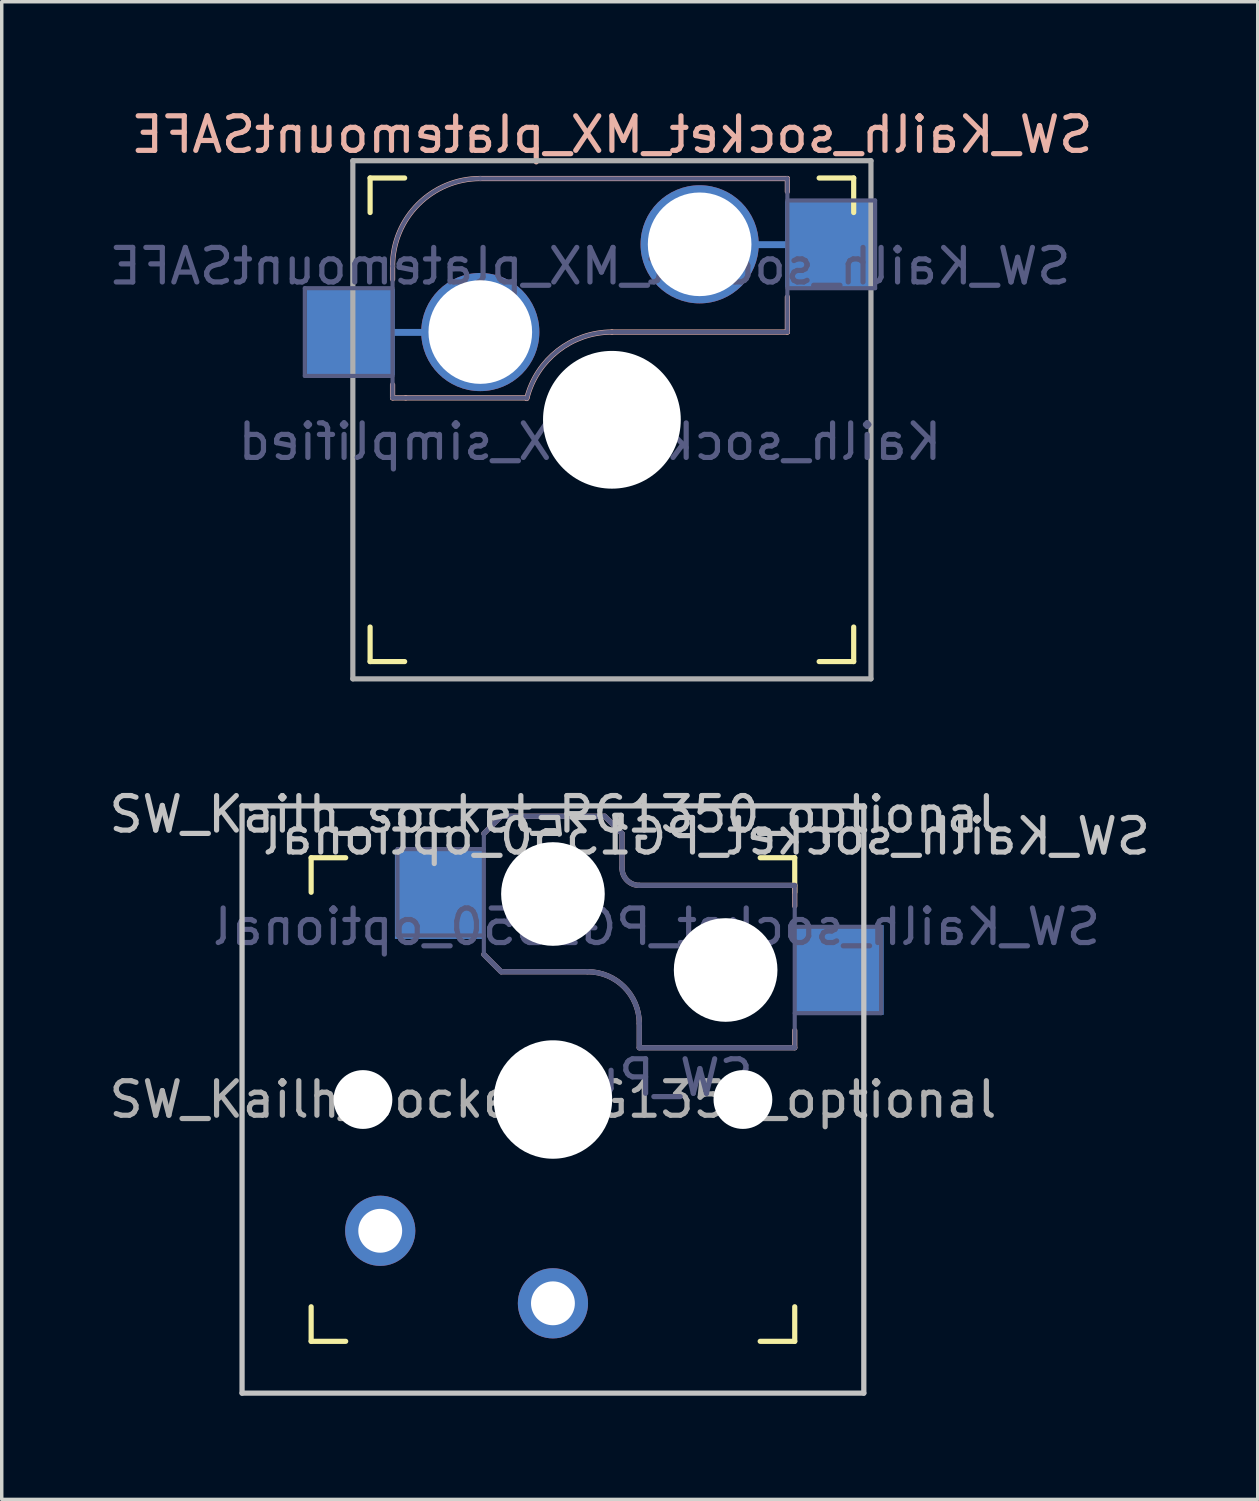
<source format=kicad_pcb>
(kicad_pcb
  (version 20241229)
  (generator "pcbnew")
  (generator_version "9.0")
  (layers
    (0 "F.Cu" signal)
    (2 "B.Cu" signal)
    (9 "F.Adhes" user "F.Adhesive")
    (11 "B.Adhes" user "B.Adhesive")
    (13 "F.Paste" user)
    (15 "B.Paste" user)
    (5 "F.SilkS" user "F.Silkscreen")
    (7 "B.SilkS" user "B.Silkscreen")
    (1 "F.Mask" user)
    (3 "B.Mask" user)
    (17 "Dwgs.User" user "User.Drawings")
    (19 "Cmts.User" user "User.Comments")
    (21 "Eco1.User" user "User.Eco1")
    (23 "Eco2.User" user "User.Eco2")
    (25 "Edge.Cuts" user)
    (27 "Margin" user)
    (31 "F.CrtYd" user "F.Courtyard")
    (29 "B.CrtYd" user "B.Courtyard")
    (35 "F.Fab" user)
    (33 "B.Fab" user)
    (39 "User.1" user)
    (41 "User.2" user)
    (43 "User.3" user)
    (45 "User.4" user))
  (footprint "SW_Kailh_socket_MX_platemountSAFE"
    (layer "F.Cu")
    (at 14.665 9.103)
    (property "Reference" "SW_Kailh_socket_MX_platemountSAFE" (at 0 -8.255 0) (layer "B.SilkS") (effects (font (size 1 1) (thickness 0.15)) (justify mirror)))
    (property "Value" "Kailh_socket_MX_simplified" (at 0 8.255 0) (layer "F.Fab") (hide yes) (effects (font (size 1 1) (thickness 0.15))))
    (attr smd)
    (fp_line (start -5.31 -2.53) (end -6.41 -2.53) (stroke (width 0.2) (type solid)) (layer "B.Cu"))
    (fp_line (start 4.06 -5.07) (end 5.14 -5.07) (stroke (width 0.2) (type solid)) (layer "B.Cu"))
    (fp_line (start -7 -6) (end -7 -7) (stroke (width 0.15) (type solid)) (layer "F.SilkS"))
    (fp_line (start -7 7) (end -7 6) (stroke (width 0.15) (type solid)) (layer "F.SilkS"))
    (fp_line (start -7 7) (end -6 7) (stroke (width 0.15) (type solid)) (layer "F.SilkS"))
    (fp_line (start -6 -7) (end -7 -7) (stroke (width 0.15) (type solid)) (layer "F.SilkS"))
    (fp_line (start 6 7) (end 7 7) (stroke (width 0.15) (type solid)) (layer "F.SilkS"))
    (fp_line (start 7 -7) (end 6 -7) (stroke (width 0.15) (type solid)) (layer "F.SilkS"))
    (fp_line (start 7 -7) (end 7 -6) (stroke (width 0.15) (type solid)) (layer "F.SilkS"))
    (fp_line (start 7 6) (end 7 7) (stroke (width 0.15) (type solid)) (layer "F.SilkS"))
    (fp_line (start -6.35 -4.445) (end -6.35 -4.064) (stroke (width 0.15) (type solid)) (layer "B.SilkS"))
    (fp_line (start -6.35 -1.016) (end -6.35 -0.635) (stroke (width 0.15) (type solid)) (layer "B.SilkS"))
    (fp_line (start -5.969 -0.635) (end -6.35 -0.635) (stroke (width 0.15) (type solid)) (layer "B.SilkS"))
    (fp_line (start -3.81 -6.985) (end 5.08 -6.985) (stroke (width 0.15) (type solid)) (layer "B.SilkS"))
    (fp_line (start -2.464 -0.635) (end -5.969 -0.635) (stroke (width 0.15) (type solid)) (layer "B.SilkS"))
    (fp_line (start 5.08 -6.985) (end 5.08 -6.604) (stroke (width 0.15) (type solid)) (layer "B.SilkS"))
    (fp_line (start 5.08 -3.556) (end 5.08 -2.54) (stroke (width 0.15) (type solid)) (layer "B.SilkS"))
    (fp_line (start 5.08 -2.54) (end 0 -2.54) (stroke (width 0.15) (type solid)) (layer "B.SilkS"))
    (fp_arc (start -6.35 -4.445) (mid -5.606051 -6.241051) (end -3.81 -6.985) (stroke (width 0.15) (type solid)) (layer "B.SilkS"))
    (fp_arc (start -2.464162 -0.61604) (mid -1.563147 -2.002042) (end 0 -2.54) (stroke (width 0.15) (type solid)) (layer "B.SilkS"))
    (fp_line (start -6.9 6.9) (end -6.9 -6.9) (stroke (width 0.15) (type solid)) (layer "Eco2.User"))
    (fp_line (start -6.9 6.9) (end 6.9 6.9) (stroke (width 0.15) (type solid)) (layer "Eco2.User"))
    (fp_line (start 6.9 -6.9) (end -6.9 -6.9) (stroke (width 0.15) (type solid)) (layer "Eco2.User"))
    (fp_line (start 6.9 -6.9) (end 6.9 6.9) (stroke (width 0.15) (type solid)) (layer "Eco2.User"))
    (fp_line (start -8.89 -3.81) (end -6.35 -3.81) (stroke (width 0.12) (type solid)) (layer "B.Fab"))
    (fp_line (start -8.89 -1.27) (end -8.89 -3.81) (stroke (width 0.12) (type solid)) (layer "B.Fab"))
    (fp_line (start -6.35 -1.27) (end -8.89 -1.27) (stroke (width 0.12) (type solid)) (layer "B.Fab"))
    (fp_line (start -6.35 -0.635) (end -6.35 -4.445) (stroke (width 0.12) (type solid)) (layer "B.Fab"))
    (fp_line (start -6.35 -0.635) (end -2.54 -0.635) (stroke (width 0.12) (type solid)) (layer "B.Fab"))
    (fp_line (start -3.81 -6.985) (end 5.08 -6.985) (stroke (width 0.12) (type solid)) (layer "B.Fab"))
    (fp_line (start 5.08 -6.985) (end 5.08 -2.54) (stroke (width 0.12) (type solid)) (layer "B.Fab"))
    (fp_line (start 5.08 -6.35) (end 7.62 -6.35) (stroke (width 0.12) (type solid)) (layer "B.Fab"))
    (fp_line (start 5.08 -2.54) (end 0 -2.54) (stroke (width 0.12) (type solid)) (layer "B.Fab"))
    (fp_line (start 7.62 -6.35) (end 7.62 -3.81) (stroke (width 0.12) (type solid)) (layer "B.Fab"))
    (fp_line (start 7.62 -3.81) (end 5.08 -3.81) (stroke (width 0.12) (type solid)) (layer "B.Fab"))
    (fp_arc (start -6.35 -4.445) (mid -5.606051 -6.241051) (end -3.81 -6.985) (stroke (width 0.12) (type solid)) (layer "B.Fab"))
    (fp_arc (start -2.464162 -0.61604) (mid -1.563147 -2.002042) (end 0 -2.54) (stroke (width 0.12) (type solid)) (layer "B.Fab"))
    (fp_line (start -7.5 -7.5) (end 7.5 -7.5) (stroke (width 0.15) (type solid)) (layer "F.Fab"))
    (fp_line (start -7.5 7.5) (end -7.5 -7.5) (stroke (width 0.15) (type solid)) (layer "F.Fab"))
    (fp_line (start 7.5 -7.5) (end 7.5 7.5) (stroke (width 0.15) (type solid)) (layer "F.Fab"))
    (fp_line (start 7.5 7.5) (end -7.5 7.5) (stroke (width 0.15) (type solid)) (layer "F.Fab"))
    (fp_text user "${REFERENCE}" (at -0.635 -4.445 0) (layer "B.Fab") (effects (font (size 1 1) (thickness 0.15)) (justify mirror)))
    (fp_text user "${VALUE}" (at -0.635 0.635 0) (layer "B.Fab") (effects (font (size 1 1) (thickness 0.15)) (justify mirror)))
    (pad "" np_thru_hole circle (at 0 0) (size 3.988 3.988) (drill 3.988) (layers "*.Cu" "*.Mask"))
    (pad "1" smd rect (at -7.56 -2.54) (size 2.55 2.5) (layers "B.Cu" "B.Mask" "B.Paste"))
    (pad "1" thru_hole circle (at -3.81 -2.54) (size 3.42 3.42) (drill 3) (layers "*.Cu" "*.Mask"))
    (pad "2" thru_hole circle (at 2.54 -5.08) (size 3.42 3.42) (drill 3) (layers "*.Cu" "*.Mask"))
    (pad "2" smd rect (at 6.29 -5.08) (size 2.55 2.5) (layers "B.Cu" "B.Mask" "B.Paste")))
  (footprint "SW_Kailh_socket_PG1350_optional"
    (layer "F.Cu")
    (at 12.958 28.782)
    (property "Reference" "SW_Kailh_socket_PG1350_optional" (at 0 -8.255 0) (layer "Dwgs.User") (effects (font (size 1 1) (thickness 0.15))))
    (property "Value" "SW_Push" (at 0 8.25 0) (layer "F.Fab") (hide yes) (effects (font (size 1 1) (thickness 0.15))))
    (attr through_hole)
    (fp_line (start -7 -6) (end -7 -7) (stroke (width 0.15) (type solid)) (layer "F.SilkS"))
    (fp_line (start -7 7) (end -7 6) (stroke (width 0.15) (type solid)) (layer "F.SilkS"))
    (fp_line (start -7 7) (end -6 7) (stroke (width 0.15) (type solid)) (layer "F.SilkS"))
    (fp_line (start -6 -7) (end -7 -7) (stroke (width 0.15) (type solid)) (layer "F.SilkS"))
    (fp_line (start 6 7) (end 7 7) (stroke (width 0.15) (type solid)) (layer "F.SilkS"))
    (fp_line (start 7 -7) (end 6 -7) (stroke (width 0.15) (type solid)) (layer "F.SilkS"))
    (fp_line (start 7 -7) (end 7 -6) (stroke (width 0.15) (type solid)) (layer "F.SilkS"))
    (fp_line (start 7 6) (end 7 7) (stroke (width 0.15) (type solid)) (layer "F.SilkS"))
    (fp_line (start -2 -7.7) (end -1.5 -8.2) (stroke (width 0.15) (type solid)) (layer "B.SilkS"))
    (fp_line (start -2 -4.2) (end -1.5 -3.7) (stroke (width 0.15) (type solid)) (layer "B.SilkS"))
    (fp_line (start -1.5 -8.2) (end 1.5 -8.2) (stroke (width 0.15) (type solid)) (layer "B.SilkS"))
    (fp_line (start -1.5 -3.7) (end 1 -3.7) (stroke (width 0.15) (type solid)) (layer "B.SilkS"))
    (fp_line (start 1.5 -8.2) (end 2 -7.7) (stroke (width 0.15) (type solid)) (layer "B.SilkS"))
    (fp_line (start 2 -6.7) (end 2 -7.7) (stroke (width 0.15) (type solid)) (layer "B.SilkS"))
    (fp_line (start 2.5 -2.2) (end 2.5 -1.5) (stroke (width 0.15) (type solid)) (layer "B.SilkS"))
    (fp_line (start 2.5 -1.5) (end 7 -1.5) (stroke (width 0.15) (type solid)) (layer "B.SilkS"))
    (fp_line (start 7 -6.2) (end 2.5 -6.2) (stroke (width 0.15) (type solid)) (layer "B.SilkS"))
    (fp_line (start 7 -5.6) (end 7 -6.2) (stroke (width 0.15) (type solid)) (layer "B.SilkS"))
    (fp_line (start 7 -1.5) (end 7 -2) (stroke (width 0.15) (type solid)) (layer "B.SilkS"))
    (fp_arc (start 1 -3.7) (mid 2.06066 -3.26066) (end 2.5 -2.2) (stroke (width 0.15) (type solid)) (layer "B.SilkS"))
    (fp_arc (start 2.5 -6.2) (mid 2.146447 -6.346447) (end 2 -6.7) (stroke (width 0.15) (type solid)) (layer "B.SilkS"))
    (fp_line (start -9 -8.5) (end 9 -8.5) (stroke (width 0.152) (type solid)) (layer "Dwgs.User"))
    (fp_line (start -9 8.5) (end -9 -8.5) (stroke (width 0.152) (type solid)) (layer "Dwgs.User"))
    (fp_line (start 9 -8.5) (end 9 8.5) (stroke (width 0.152) (type solid)) (layer "Dwgs.User"))
    (fp_line (start 9 8.5) (end -9 8.5) (stroke (width 0.152) (type solid)) (layer "Dwgs.User"))
    (fp_line (start -6.9 6.9) (end -6.9 -6.9) (stroke (width 0.15) (type solid)) (layer "Eco2.User"))
    (fp_line (start -6.9 6.9) (end 6.9 6.9) (stroke (width 0.15) (type solid)) (layer "Eco2.User"))
    (fp_line (start -2.6 -3.1) (end -2.6 -6.3) (stroke (width 0.15) (type solid)) (layer "Eco2.User"))
    (fp_line (start -2.6 -3.1) (end 2.6 -3.1) (stroke (width 0.15) (type solid)) (layer "Eco2.User"))
    (fp_line (start 2.6 -6.3) (end -2.6 -6.3) (stroke (width 0.15) (type solid)) (layer "Eco2.User"))
    (fp_line (start 2.6 -3.1) (end 2.6 -6.3) (stroke (width 0.15) (type solid)) (layer "Eco2.User"))
    (fp_line (start 6.9 -6.9) (end -6.9 -6.9) (stroke (width 0.15) (type solid)) (layer "Eco2.User"))
    (fp_line (start 6.9 -6.9) (end 6.9 6.9) (stroke (width 0.15) (type solid)) (layer "Eco2.User"))
    (fp_line (start -4.5 -7.25) (end -2 -7.25) (stroke (width 0.12) (type solid)) (layer "B.Fab"))
    (fp_line (start -4.5 -4.75) (end -4.5 -7.25) (stroke (width 0.12) (type solid)) (layer "B.Fab"))
    (fp_line (start -2 -7.7) (end -1.5 -8.2) (stroke (width 0.15) (type solid)) (layer "B.Fab"))
    (fp_line (start -2 -4.75) (end -4.5 -4.75) (stroke (width 0.12) (type solid)) (layer "B.Fab"))
    (fp_line (start -2 -4.25) (end -2 -7.7) (stroke (width 0.12) (type solid)) (layer "B.Fab"))
    (fp_line (start -2 -4.2) (end -1.5 -3.7) (stroke (width 0.15) (type solid)) (layer "B.Fab"))
    (fp_line (start -1.5 -8.2) (end 1.5 -8.2) (stroke (width 0.15) (type solid)) (layer "B.Fab"))
    (fp_line (start -1.5 -3.7) (end 1 -3.7) (stroke (width 0.15) (type solid)) (layer "B.Fab"))
    (fp_line (start 1.5 -8.2) (end 2 -7.7) (stroke (width 0.15) (type solid)) (layer "B.Fab"))
    (fp_line (start 2 -6.7) (end 2 -7.7) (stroke (width 0.15) (type solid)) (layer "B.Fab"))
    (fp_line (start 2.5 -2.2) (end 2.5 -1.5) (stroke (width 0.15) (type solid)) (layer "B.Fab"))
    (fp_line (start 2.5 -1.5) (end 7 -1.5) (stroke (width 0.15) (type solid)) (layer "B.Fab"))
    (fp_line (start 7 -6.2) (end 2.5 -6.2) (stroke (width 0.15) (type solid)) (layer "B.Fab"))
    (fp_line (start 7 -5) (end 9.5 -5) (stroke (width 0.12) (type solid)) (layer "B.Fab"))
    (fp_line (start 7 -1.5) (end 7 -6.2) (stroke (width 0.12) (type solid)) (layer "B.Fab"))
    (fp_line (start 9.5 -5) (end 9.5 -2.5) (stroke (width 0.12) (type solid)) (layer "B.Fab"))
    (fp_line (start 9.5 -2.5) (end 7 -2.5) (stroke (width 0.12) (type solid)) (layer "B.Fab"))
    (fp_arc (start 1 -3.7) (mid 2.06066 -3.26066) (end 2.5 -2.2) (stroke (width 0.15) (type solid)) (layer "B.Fab"))
    (fp_arc (start 2.5 -6.2) (mid 2.146447 -6.346447) (end 2 -6.7) (stroke (width 0.15) (type solid)) (layer "B.Fab"))
    (fp_text user "${REFERENCE}" (at 4.445 -7.62 0) (layer "Dwgs.User") (effects (font (size 1 1) (thickness 0.15)) (justify mirror)))
    (fp_text user "${VALUE}" (at 2.54 -0.635 0) (layer "B.Fab") (effects (font (size 1 1) (thickness 0.15)) (justify mirror)))
    (fp_text user "${REFERENCE}" (at 3 -5 180) (layer "B.Fab") (effects (font (size 1 1) (thickness 0.15)) (justify mirror)))
    (fp_text user "${REFERENCE}" (at 0 0 0) (layer "F.Fab") (effects (font (size 1 1) (thickness 0.15))))
    (pad "" np_thru_hole circle (at -5.5 0) (size 1.702 1.702) (drill 1.702) (layers "*.Cu" "*.Mask"))
    (pad "" np_thru_hole circle (at 0 -5.95) (size 3 3) (drill 3) (layers "*.Cu" "*.Mask"))
    (pad "" np_thru_hole circle (at 0 0) (size 3.429 3.429) (drill 3.429) (layers "*.Cu" "*.Mask"))
    (pad "" np_thru_hole circle (at 5 -3.75) (size 3 3) (drill 3) (layers "*.Cu" "*.Mask"))
    (pad "" np_thru_hole circle (at 5.5 0) (size 1.702 1.702) (drill 1.702) (layers "*.Cu" "*.Mask"))
    (pad "1" smd rect (at -3.275 -5.95) (size 2.6 2.6) (layers "B.Cu" "B.Mask" "B.Paste"))
    (pad "1" thru_hole circle (at 0 5.9) (size 2.032 2.032) (drill 1.27) (layers "*.Cu" "*.Mask"))
    (pad "2" thru_hole circle (at -5 3.8) (size 2.032 2.032) (drill 1.27) (layers "*.Cu" "*.Mask"))
    (pad "2" smd rect (at 8.275 -3.75) (size 2.6 2.6) (layers "B.Cu" "B.Mask" "B.Paste")))
  (gr_rect
    (start -3 -3)
    (end 33.362 40.358)
    (stroke (width 0.1) (type default))
    (fill no)
    (layer "Edge.Cuts")))
</source>
